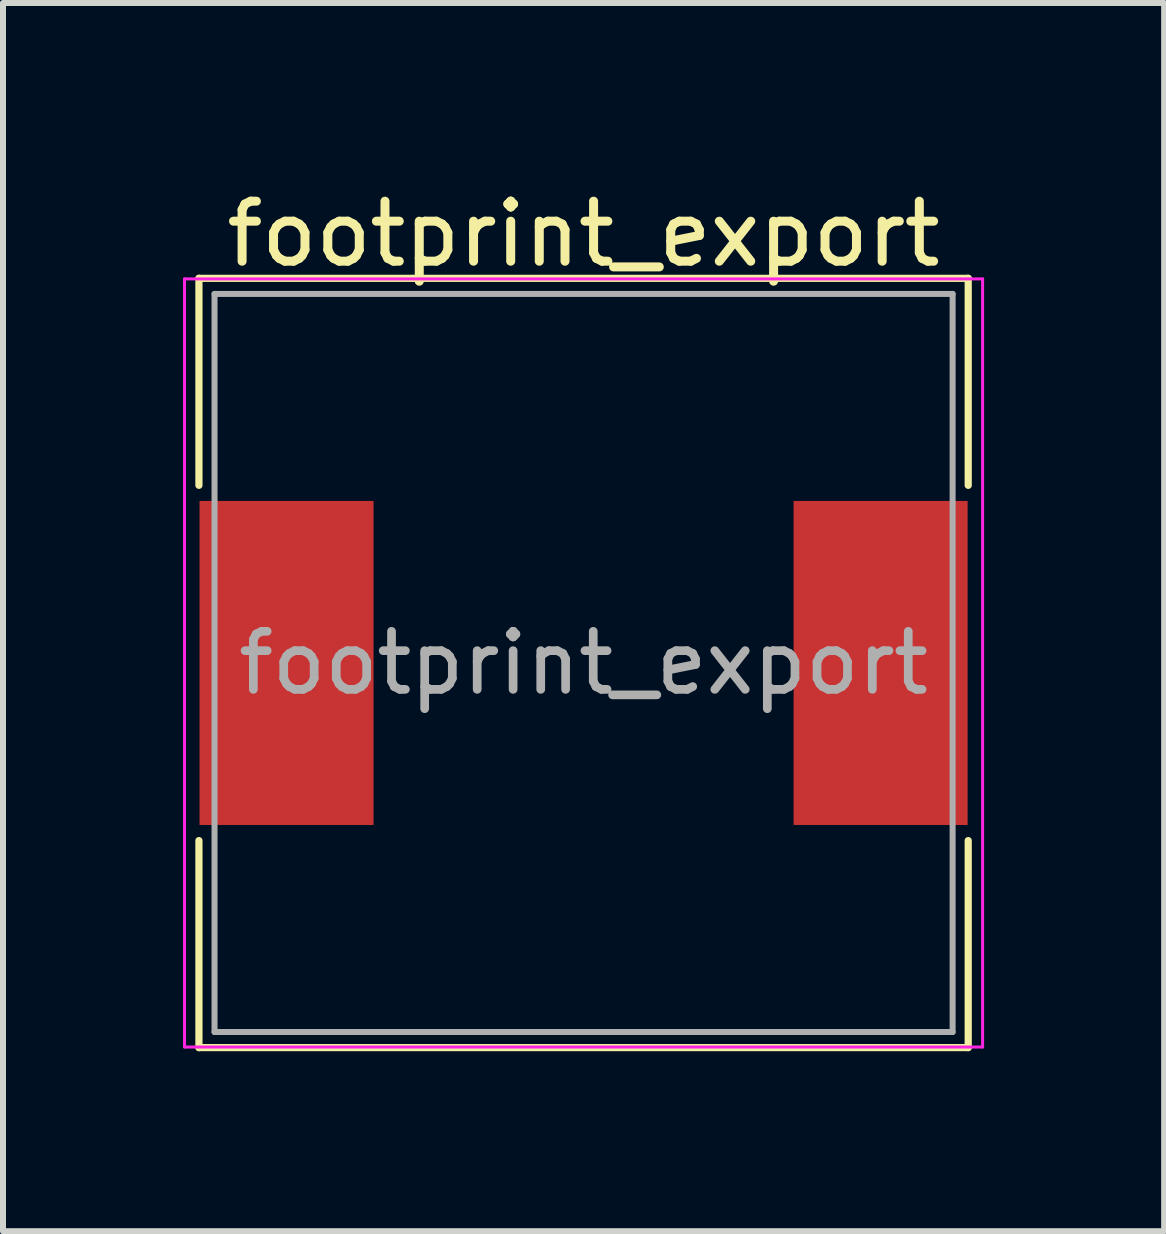
<source format=kicad_pcb>
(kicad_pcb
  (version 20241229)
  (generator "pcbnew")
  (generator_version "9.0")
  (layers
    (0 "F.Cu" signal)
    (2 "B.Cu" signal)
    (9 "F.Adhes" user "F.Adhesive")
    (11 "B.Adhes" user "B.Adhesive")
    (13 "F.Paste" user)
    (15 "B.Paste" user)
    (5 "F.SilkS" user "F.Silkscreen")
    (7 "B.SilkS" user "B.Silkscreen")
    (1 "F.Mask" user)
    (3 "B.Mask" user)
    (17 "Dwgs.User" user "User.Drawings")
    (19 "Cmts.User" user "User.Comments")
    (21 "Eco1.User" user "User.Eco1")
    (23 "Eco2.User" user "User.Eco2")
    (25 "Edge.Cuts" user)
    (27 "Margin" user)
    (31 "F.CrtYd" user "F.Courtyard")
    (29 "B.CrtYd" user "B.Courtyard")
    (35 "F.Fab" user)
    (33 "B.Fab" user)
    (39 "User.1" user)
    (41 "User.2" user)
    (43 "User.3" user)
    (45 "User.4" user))
  (footprint "footprint_export"
    (layer "F.Cu")
    (at 6.675 7.998)
    (property "Reference" "footprint_export" (at 0 -7.15 0) (layer "F.SilkS") (effects (font (size 1 1) (thickness 0.15))))
    (attr smd)
    (fp_line (start -6.41 -6.41) (end -6.41 -2.96) (stroke (width 0.12) (type solid)) (layer "F.SilkS"))
    (fp_line (start -6.41 -6.41) (end 6.41 -6.41) (stroke (width 0.12) (type solid)) (layer "F.SilkS"))
    (fp_line (start -6.41 6.41) (end -6.41 2.96) (stroke (width 0.12) (type solid)) (layer "F.SilkS"))
    (fp_line (start -6.41 6.41) (end 6.41 6.41) (stroke (width 0.12) (type solid)) (layer "F.SilkS"))
    (fp_line (start 6.41 -6.41) (end 6.41 -2.96) (stroke (width 0.12) (type solid)) (layer "F.SilkS"))
    (fp_line (start 6.41 6.41) (end 6.41 2.96) (stroke (width 0.12) (type solid)) (layer "F.SilkS"))
    (fp_line (start -6.65 -6.4) (end -6.65 6.4) (stroke (width 0.05) (type solid)) (layer "F.CrtYd"))
    (fp_line (start -6.65 6.4) (end 6.65 6.4) (stroke (width 0.05) (type solid)) (layer "F.CrtYd"))
    (fp_line (start 6.65 -6.4) (end -6.65 -6.4) (stroke (width 0.05) (type solid)) (layer "F.CrtYd"))
    (fp_line (start 6.65 6.4) (end 6.65 -6.4) (stroke (width 0.05) (type solid)) (layer "F.CrtYd"))
    (fp_line (start -6.15 -6.15) (end -6.15 6.15) (stroke (width 0.1) (type solid)) (layer "F.Fab"))
    (fp_line (start -6.15 6.15) (end 6.15 6.15) (stroke (width 0.1) (type solid)) (layer "F.Fab"))
    (fp_line (start 6.15 -6.15) (end -6.15 -6.15) (stroke (width 0.1) (type solid)) (layer "F.Fab"))
    (fp_line (start 6.15 6.15) (end 6.15 -6.15) (stroke (width 0.1) (type solid)) (layer "F.Fab"))
    (fp_text user "${REFERENCE}" (at 0 0 0) (layer "F.Fab") (effects (font (size 0.967 0.967) (thickness 0.145))))
    (pad "1" smd rect (at -4.95 0) (size 2.9 5.4) (layers "F.Cu" "F.Mask" "F.Paste"))
    (pad "2" smd rect (at 4.95 0) (size 2.9 5.4) (layers "F.Cu" "F.Mask" "F.Paste")))
  (gr_rect
    (start -3 -3)
    (end 16.35 17.468)
    (stroke (width 0.1) (type default))
    (fill no)
    (layer "Edge.Cuts")))
</source>
